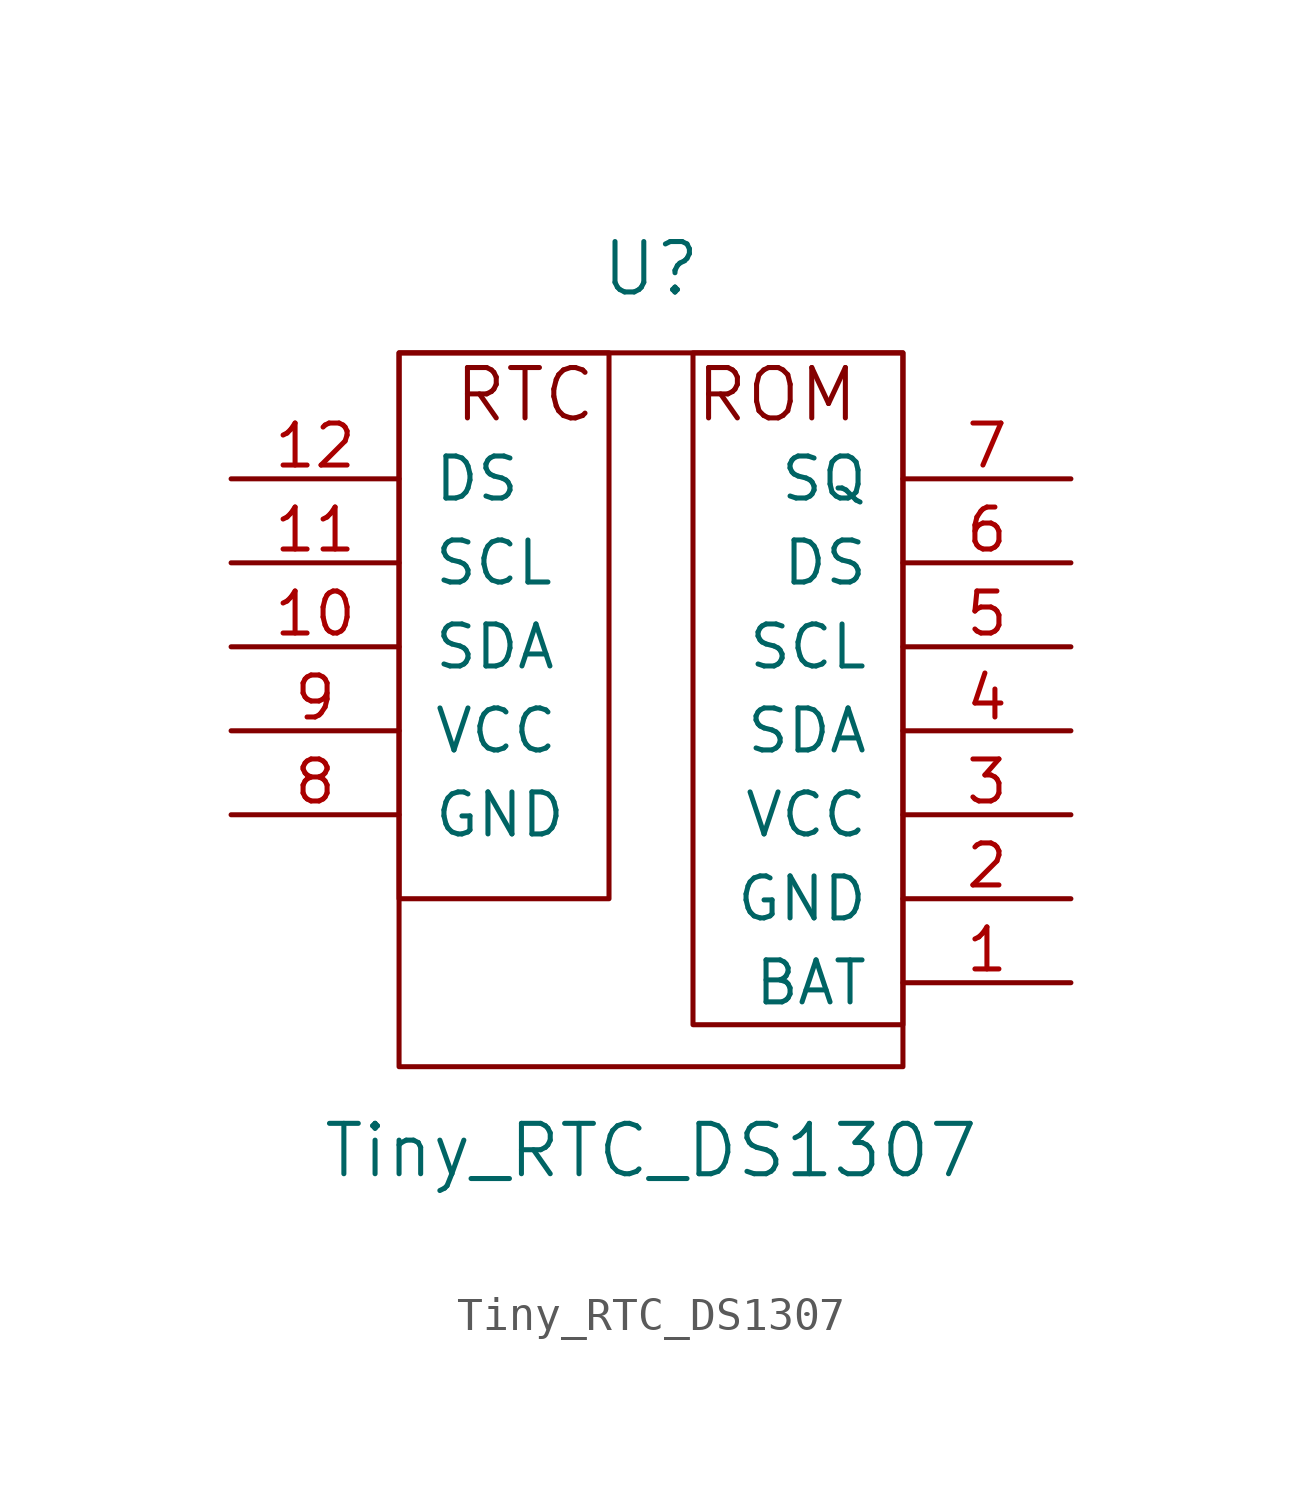
<source format=kicad_sym>
(kicad_symbol_lib
  (version 20211014)
  (generator kicad_symbol_editor)
  (symbol "Tiny_RTC_DS1307"
    (pin_names
      (offset 1.016))
    (property "Reference" "U"
      (at 0 15.24 0)
      (effects (font (size 1.524 1.524))))
    (property "Value" "Tiny_RTC_DS1307"
      (at 0 -11.43 0)
      (effects (font (size 1.524 1.524))))
    (property "Footprint" ""
      (at 1.27 2.54 0)
      (effects (font (size 1.524 1.524))))
    (property "Datasheet" ""
      (at 1.27 2.54 0)
      (effects (font (size 1.524 1.524))))
    (symbol "Tiny_RTC_DS1307_0_0"
      (rectangle (start -7.62 12.7) (end 7.62 -8.89) (stroke (width 0) (type default) (color 0 0 0 0)) (fill (type none)))
      (rectangle (start -1.27 12.7) (end -7.62 -3.81) (stroke (width 0) (type default) (color 0 0 0 0)) (fill (type none)))
      (rectangle (start 1.27 12.7) (end 7.62 -7.62) (stroke (width 0) (type default) (color 0 0 0 0)) (fill (type none)))
      (text "ROM" (at 3.81 11.43 0) (effects (font (size 1.524 1.524))))
      (text "RTC" (at -3.81 11.43 0) (effects (font (size 1.524 1.524)))))
    (symbol "Tiny_RTC_DS1307_1_1"
      (pin bidirectional line (at 12.7 -6.35 180) (length 5.08) (name "BAT" (effects (font (size 1.27 1.27)))) (number "1" (effects (font (size 1.27 1.27)))))
      (pin bidirectional line (at -12.7 3.81 0) (length 5.08) (name "SDA" (effects (font (size 1.27 1.27)))) (number "10" (effects (font (size 1.27 1.27)))))
      (pin bidirectional line (at -12.7 6.35 0) (length 5.08) (name "SCL" (effects (font (size 1.27 1.27)))) (number "11" (effects (font (size 1.27 1.27)))))
      (pin bidirectional line (at -12.7 8.89 0) (length 5.08) (name "DS" (effects (font (size 1.27 1.27)))) (number "12" (effects (font (size 1.27 1.27)))))
      (pin power_in line (at 12.7 -3.81 180) (length 5.08) (name "GND" (effects (font (size 1.27 1.27)))) (number "2" (effects (font (size 1.27 1.27)))))
      (pin power_in line (at 12.7 -1.27 180) (length 5.08) (name "VCC" (effects (font (size 1.27 1.27)))) (number "3" (effects (font (size 1.27 1.27)))))
      (pin bidirectional line (at 12.7 1.27 180) (length 5.08) (name "SDA" (effects (font (size 1.27 1.27)))) (number "4" (effects (font (size 1.27 1.27)))))
      (pin bidirectional line (at 12.7 3.81 180) (length 5.08) (name "SCL" (effects (font (size 1.27 1.27)))) (number "5" (effects (font (size 1.27 1.27)))))
      (pin bidirectional line (at 12.7 6.35 180) (length 5.08) (name "DS" (effects (font (size 1.27 1.27)))) (number "6" (effects (font (size 1.27 1.27)))))
      (pin bidirectional line (at 12.7 8.89 180) (length 5.08) (name "SQ" (effects (font (size 1.27 1.27)))) (number "7" (effects (font (size 1.27 1.27)))))
      (pin power_in line (at -12.7 -1.27 0) (length 5.08) (name "GND" (effects (font (size 1.27 1.27)))) (number "8" (effects (font (size 1.27 1.27)))))
      (pin power_in line (at -12.7 1.27 0) (length 5.08) (name "VCC" (effects (font (size 1.27 1.27)))) (number "9" (effects (font (size 1.27 1.27))))))))
</source>
